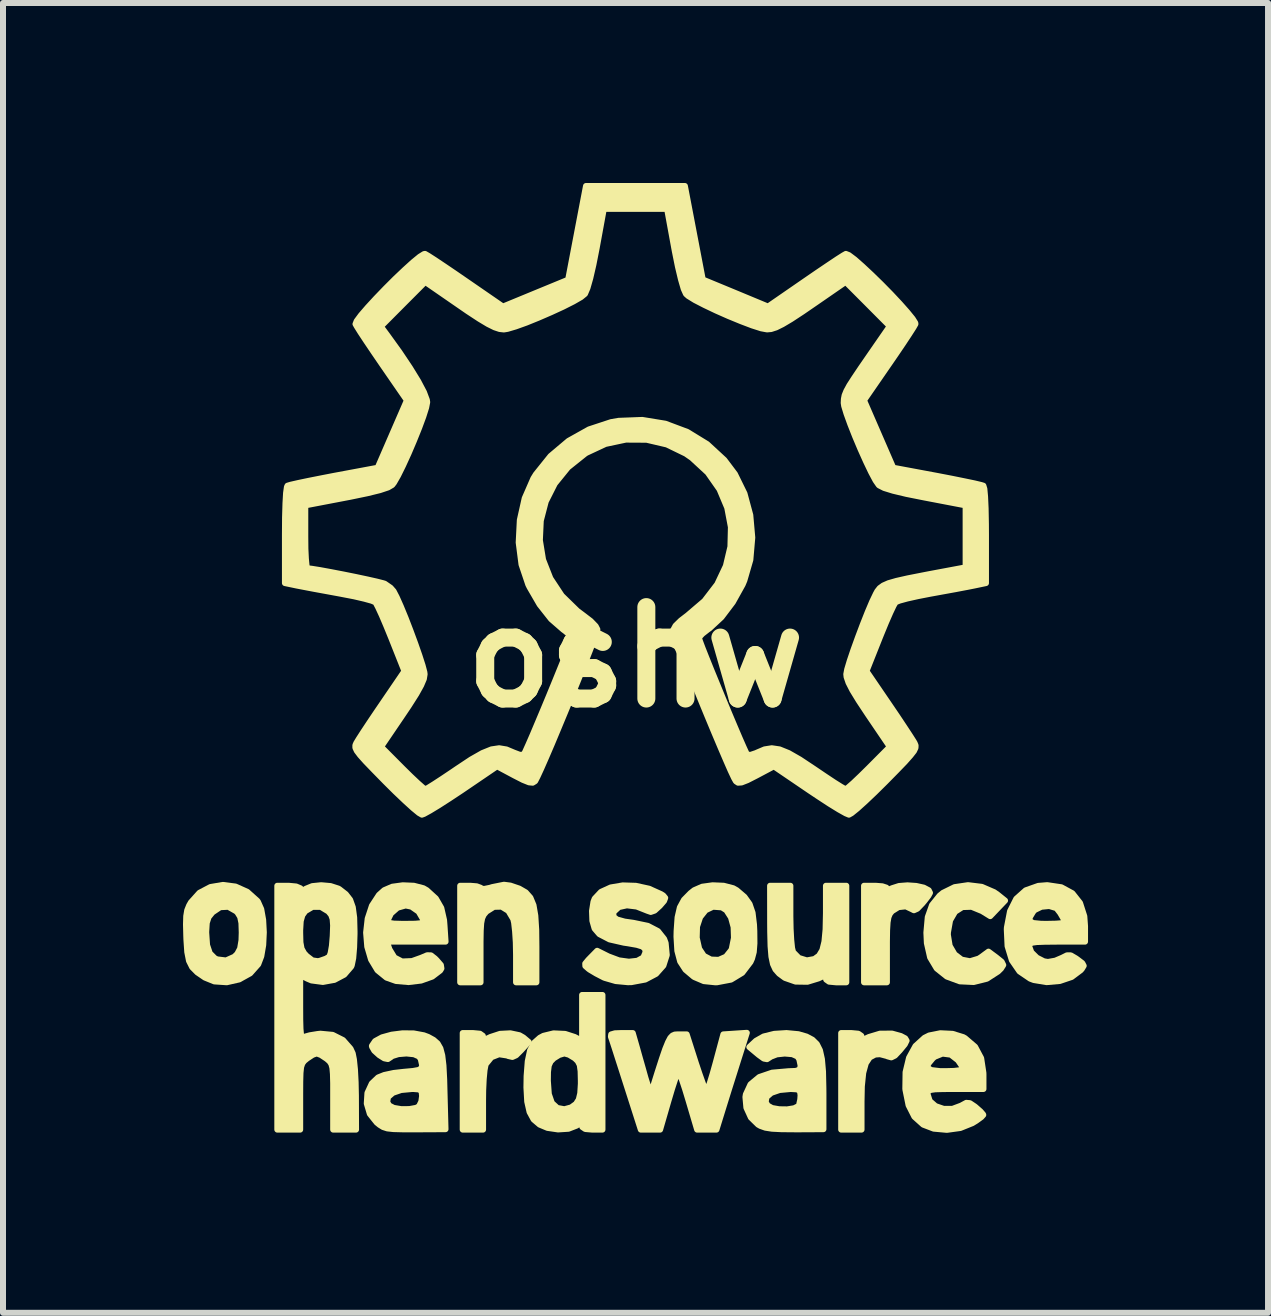
<source format=kicad_pcb>
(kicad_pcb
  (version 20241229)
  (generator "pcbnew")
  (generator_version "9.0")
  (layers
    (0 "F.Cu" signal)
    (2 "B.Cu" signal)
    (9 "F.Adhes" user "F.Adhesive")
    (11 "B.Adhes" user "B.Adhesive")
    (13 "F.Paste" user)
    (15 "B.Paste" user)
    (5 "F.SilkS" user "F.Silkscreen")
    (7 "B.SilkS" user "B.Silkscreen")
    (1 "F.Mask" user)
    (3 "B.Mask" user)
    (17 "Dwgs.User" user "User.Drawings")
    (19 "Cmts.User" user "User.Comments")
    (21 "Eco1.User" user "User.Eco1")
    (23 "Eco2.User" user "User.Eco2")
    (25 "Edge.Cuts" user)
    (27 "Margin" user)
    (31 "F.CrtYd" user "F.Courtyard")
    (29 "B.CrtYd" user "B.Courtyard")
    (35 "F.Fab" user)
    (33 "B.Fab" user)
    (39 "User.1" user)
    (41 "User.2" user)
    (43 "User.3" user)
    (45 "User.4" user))
  (footprint "oshw"
    (layer "F.Cu")
    (at 7.541 7.903)
    (property "Reference" "oshw" (at 0 0 0) (layer "F.SilkS") (effects (font (size 1.524 1.524) (thickness 0.3))))
    (attr through_hole)
    (fp_poly (pts (xy -1.78 6.413) (xy -1.905 6.551) (xy -1.989 6.635) (xy -2.051 6.663) (xy -2.12 6.647) (xy -2.137 6.639) (xy -2.274 6.618) (xy -2.401 6.668) (xy -2.491 6.779) (xy -2.499 6.797) (xy -2.515 6.882) (xy -2.529 7.03) (xy -2.538 7.219) (xy -2.54 7.39) (xy -2.54 7.874) (xy -2.709 7.874) (xy -2.879 7.874) (xy -2.879 7.07) (xy -2.879 6.265) (xy -2.709 6.265) (xy -2.592 6.276) (xy -2.544 6.31) (xy -2.54 6.33) (xy -2.532 6.369) (xy -2.491 6.366) (xy -2.415 6.33) (xy -2.256 6.278) (xy -2.085 6.269) (xy -1.934 6.301) (xy -1.868 6.339) (xy -1.78 6.413)) (stroke (width 0.1) (type solid)) (fill yes) (layer "F.SilkS"))
    (fp_poly (pts (xy 4.519 6.392) (xy 4.489 6.453) (xy 4.405 6.555) (xy 4.324 6.641) (xy 4.265 6.67) (xy 4.203 6.653) (xy 4.191 6.647) (xy 4.077 6.617) (xy 3.994 6.623) (xy 3.904 6.671) (xy 3.839 6.77) (xy 3.796 6.928) (xy 3.773 7.154) (xy 3.768 7.407) (xy 3.768 7.874) (xy 3.598 7.874) (xy 3.429 7.874) (xy 3.429 7.07) (xy 3.429 6.265) (xy 3.598 6.265) (xy 3.715 6.276) (xy 3.764 6.31) (xy 3.768 6.33) (xy 3.776 6.369) (xy 3.816 6.366) (xy 3.893 6.33) (xy 4.076 6.275) (xy 4.277 6.274) (xy 4.422 6.314) (xy 4.496 6.353) (xy 4.519 6.392)) (stroke (width 0.1) (type solid)) (fill yes) (layer "F.SilkS"))
    (fp_poly (pts (xy 4.909 3.928) (xy 4.883 3.976) (xy 4.818 4.061) (xy 4.782 4.104) (xy 4.697 4.193) (xy 4.641 4.218) (xy 4.606 4.2) (xy 4.506 4.153) (xy 4.383 4.166) (xy 4.276 4.233) (xy 4.241 4.276) (xy 4.217 4.333) (xy 4.202 4.419) (xy 4.194 4.55) (xy 4.191 4.741) (xy 4.191 4.868) (xy 4.191 5.419) (xy 4 5.419) (xy 3.81 5.419) (xy 3.81 4.614) (xy 3.81 3.81) (xy 4 3.81) (xy 4.114 3.819) (xy 4.182 3.841) (xy 4.191 3.854) (xy 4.221 3.874) (xy 4.28 3.85) (xy 4.393 3.814) (xy 4.534 3.803) (xy 4.679 3.813) (xy 4.805 3.841) (xy 4.888 3.885) (xy 4.909 3.928)) (stroke (width 0.1) (type solid)) (fill yes) (layer "F.SilkS"))
    (fp_poly (pts (xy 3.514 5.419) (xy 3.344 5.419) (xy 3.227 5.408) (xy 3.179 5.374) (xy 3.175 5.354) (xy 3.167 5.315) (xy 3.126 5.318) (xy 3.05 5.354) (xy 2.866 5.41) (xy 2.669 5.407) (xy 2.494 5.346) (xy 2.479 5.336) (xy 2.395 5.274) (xy 2.333 5.204) (xy 2.292 5.115) (xy 2.266 4.99) (xy 2.252 4.816) (xy 2.246 4.579) (xy 2.245 4.434) (xy 2.244 3.81) (xy 2.413 3.81) (xy 2.582 3.81) (xy 2.582 4.321) (xy 2.586 4.528) (xy 2.596 4.709) (xy 2.61 4.846) (xy 2.627 4.915) (xy 2.723 5.013) (xy 2.856 5.054) (xy 2.983 5.031) (xy 3.06 4.975) (xy 3.115 4.883) (xy 3.15 4.741) (xy 3.169 4.539) (xy 3.175 4.269) (xy 3.175 3.81) (xy 3.344 3.81) (xy 3.514 3.81) (xy 3.514 4.614) (xy 3.514 5.419)) (stroke (width 0.1) (type solid)) (fill yes) (layer "F.SilkS"))
    (fp_poly (pts (xy -1.651 5.419) (xy -1.82 5.419) (xy -1.99 5.419) (xy -1.99 4.959) (xy -1.994 4.755) (xy -2.006 4.57) (xy -2.022 4.427) (xy -2.036 4.366) (xy -2.118 4.228) (xy -2.231 4.158) (xy -2.359 4.161) (xy -2.484 4.24) (xy -2.49 4.247) (xy -2.529 4.294) (xy -2.555 4.351) (xy -2.571 4.433) (xy -2.579 4.557) (xy -2.582 4.739) (xy -2.582 4.882) (xy -2.582 5.419) (xy -2.752 5.419) (xy -2.921 5.419) (xy -2.921 4.614) (xy -2.921 3.81) (xy -2.755 3.81) (xy -2.646 3.819) (xy -2.581 3.843) (xy -2.575 3.851) (xy -2.529 3.865) (xy -2.425 3.844) (xy -2.386 3.832) (xy -2.191 3.793) (xy -2.085 3.807) (xy -1.938 3.857) (xy -1.829 3.92) (xy -1.751 4.008) (xy -1.699 4.134) (xy -1.669 4.308) (xy -1.654 4.544) (xy -1.651 4.825) (xy -1.651 5.419)) (stroke (width 0.1) (type solid)) (fill yes) (layer "F.SilkS"))
    (fp_poly (pts (xy 6.16 4.057) (xy 6.036 4.187) (xy 5.913 4.316) (xy 5.777 4.232) (xy 5.602 4.16) (xy 5.449 4.165) (xy 5.327 4.243) (xy 5.244 4.386) (xy 5.208 4.589) (xy 5.207 4.627) (xy 5.237 4.811) (xy 5.319 4.952) (xy 5.436 5.041) (xy 5.576 5.068) (xy 5.722 5.024) (xy 5.762 4.998) (xy 5.884 4.908) (xy 6.011 5.002) (xy 6.104 5.077) (xy 6.13 5.131) (xy 6.093 5.19) (xy 6.043 5.239) (xy 5.857 5.359) (xy 5.637 5.414) (xy 5.407 5.403) (xy 5.19 5.323) (xy 5.19 5.323) (xy 5.021 5.188) (xy 4.911 5.004) (xy 4.857 4.765) (xy 4.849 4.591) (xy 4.872 4.332) (xy 4.943 4.132) (xy 5.069 3.975) (xy 5.126 3.928) (xy 5.319 3.833) (xy 5.543 3.8) (xy 5.772 3.828) (xy 5.978 3.917) (xy 6.034 3.956) (xy 6.16 4.057)) (stroke (width 0.1) (type solid)) (fill yes) (layer "F.SilkS"))
    (fp_poly (pts (xy 1.983 4.769) (xy 1.972 4.914) (xy 1.943 5.023) (xy 1.918 5.079) (xy 1.78 5.26) (xy 1.642 5.344) (xy 1.642 4.679) (xy 1.636 4.498) (xy 1.592 4.337) (xy 1.516 4.218) (xy 1.44 4.17) (xy 1.292 4.159) (xy 1.169 4.218) (xy 1.078 4.333) (xy 1.026 4.49) (xy 1.021 4.677) (xy 1.062 4.86) (xy 1.14 4.978) (xy 1.257 5.04) (xy 1.388 5.045) (xy 1.509 4.992) (xy 1.596 4.883) (xy 1.606 4.859) (xy 1.642 4.679) (xy 1.642 5.344) (xy 1.592 5.374) (xy 1.361 5.418) (xy 1.333 5.419) (xy 1.14 5.399) (xy 0.985 5.333) (xy 0.969 5.323) (xy 0.834 5.209) (xy 0.745 5.072) (xy 0.698 4.894) (xy 0.684 4.658) (xy 0.686 4.564) (xy 0.702 4.337) (xy 0.74 4.171) (xy 0.809 4.044) (xy 0.919 3.932) (xy 0.98 3.884) (xy 1.112 3.826) (xy 1.287 3.802) (xy 1.471 3.81) (xy 1.629 3.851) (xy 1.687 3.884) (xy 1.817 3.995) (xy 1.902 4.114) (xy 1.952 4.26) (xy 1.976 4.459) (xy 1.981 4.564) (xy 1.983 4.769)) (stroke (width 0.1) (type solid)) (fill yes) (layer "F.SilkS"))
    (fp_poly (pts (xy -6.194 4.586) (xy -6.204 4.797) (xy -6.236 4.984) (xy -6.287 5.118) (xy -6.421 5.269) (xy -6.562 5.347) (xy -6.562 4.59) (xy -6.567 4.431) (xy -6.588 4.329) (xy -6.631 4.259) (xy -6.654 4.235) (xy -6.786 4.16) (xy -6.922 4.167) (xy -7.05 4.253) (xy -7.114 4.332) (xy -7.145 4.429) (xy -7.154 4.573) (xy -7.154 4.594) (xy -7.14 4.798) (xy -7.094 4.935) (xy -7.011 5.018) (xy -6.972 5.037) (xy -6.823 5.055) (xy -6.685 4.993) (xy -6.636 4.945) (xy -6.589 4.856) (xy -6.566 4.719) (xy -6.562 4.59) (xy -6.562 5.347) (xy -6.604 5.371) (xy -6.812 5.418) (xy -7.019 5.404) (xy -7.176 5.34) (xy -7.303 5.253) (xy -7.388 5.167) (xy -7.441 5.061) (xy -7.47 4.914) (xy -7.484 4.708) (xy -7.486 4.653) (xy -7.491 4.453) (xy -7.487 4.316) (xy -7.471 4.219) (xy -7.439 4.139) (xy -7.408 4.085) (xy -7.266 3.927) (xy -7.083 3.831) (xy -6.877 3.796) (xy -6.666 3.823) (xy -6.47 3.911) (xy -6.304 4.06) (xy -6.291 4.078) (xy -6.237 4.2) (xy -6.205 4.379) (xy -6.194 4.586)) (stroke (width 0.1) (type solid)) (fill yes) (layer "F.SilkS"))
    (fp_poly (pts (xy -3.165 4.741) (xy -3.539 4.741) (xy -3.539 4.379) (xy -3.543 4.363) (xy -3.614 4.241) (xy -3.733 4.158) (xy -3.831 4.138) (xy -3.966 4.176) (xy -4.075 4.272) (xy -4.119 4.363) (xy -4.123 4.405) (xy -4.098 4.43) (xy -4.025 4.441) (xy -3.89 4.445) (xy -3.831 4.445) (xy -3.672 4.443) (xy -3.582 4.435) (xy -3.543 4.415) (xy -3.539 4.379) (xy -3.539 4.741) (xy -3.655 4.741) (xy -4.144 4.741) (xy -4.1 4.869) (xy -4.017 5.006) (xy -3.89 5.072) (xy -3.723 5.065) (xy -3.57 5.01) (xy -3.471 4.968) (xy -3.408 4.97) (xy -3.342 5.021) (xy -3.313 5.05) (xy -3.243 5.131) (xy -3.234 5.188) (xy -3.254 5.222) (xy -3.388 5.324) (xy -3.573 5.39) (xy -3.783 5.415) (xy -3.99 5.397) (xy -4.149 5.341) (xy -4.3 5.218) (xy -4.407 5.04) (xy -4.47 4.825) (xy -4.489 4.591) (xy -4.463 4.358) (xy -4.392 4.142) (xy -4.275 3.963) (xy -4.187 3.884) (xy -4.053 3.826) (xy -3.877 3.802) (xy -3.693 3.81) (xy -3.535 3.851) (xy -3.478 3.884) (xy -3.327 4.022) (xy -3.236 4.18) (xy -3.19 4.382) (xy -3.183 4.467) (xy -3.165 4.741)) (stroke (width 0.1) (type solid)) (fill yes) (layer "F.SilkS"))
    (fp_poly (pts (xy -0.55 7.874) (xy -0.72 7.874) (xy -0.836 7.864) (xy -0.885 7.831) (xy -0.889 7.808) (xy -0.897 7.766) (xy -0.91 7.769) (xy -0.91 7.061) (xy -0.914 6.9) (xy -0.928 6.798) (xy -0.961 6.733) (xy -1.01 6.685) (xy -1.107 6.626) (xy -1.185 6.604) (xy -1.272 6.63) (xy -1.361 6.685) (xy -1.414 6.739) (xy -1.445 6.807) (xy -1.458 6.913) (xy -1.46 7.061) (xy -1.444 7.282) (xy -1.393 7.43) (xy -1.303 7.513) (xy -1.185 7.535) (xy -1.071 7.504) (xy -0.991 7.446) (xy -0.945 7.374) (xy -0.92 7.27) (xy -0.91 7.111) (xy -0.91 7.061) (xy -0.91 7.769) (xy -0.935 7.776) (xy -0.983 7.808) (xy -1.117 7.86) (xy -1.29 7.871) (xy -1.467 7.845) (xy -1.596 7.791) (xy -1.697 7.705) (xy -1.765 7.58) (xy -1.804 7.407) (xy -1.817 7.171) (xy -1.814 6.982) (xy -1.795 6.735) (xy -1.757 6.556) (xy -1.691 6.43) (xy -1.593 6.343) (xy -1.533 6.311) (xy -1.364 6.27) (xy -1.172 6.279) (xy -1.014 6.33) (xy -0.889 6.395) (xy -0.889 6.012) (xy -0.889 5.63) (xy -0.72 5.63) (xy -0.55 5.63) (xy -0.55 6.752) (xy -0.55 7.874)) (stroke (width 0.1) (type solid)) (fill yes) (layer "F.SilkS"))
    (fp_poly (pts (xy 0.522 4.965) (xy 0.466 5.14) (xy 0.343 5.278) (xy 0.163 5.373) (xy -0.068 5.416) (xy -0.127 5.417) (xy -0.329 5.398) (xy -0.509 5.346) (xy -0.529 5.338) (xy -0.656 5.272) (xy -0.763 5.208) (xy -0.783 5.193) (xy -0.835 5.147) (xy -0.837 5.107) (xy -0.786 5.045) (xy -0.753 5.011) (xy -0.638 4.894) (xy -0.452 4.987) (xy -0.276 5.053) (xy -0.109 5.076) (xy 0.033 5.06) (xy 0.131 5.006) (xy 0.169 4.916) (xy 0.169 4.912) (xy 0.159 4.86) (xy 0.116 4.823) (xy 0.026 4.795) (xy -0.128 4.768) (xy -0.191 4.759) (xy -0.432 4.704) (xy -0.601 4.616) (xy -0.681 4.523) (xy -0.718 4.393) (xy -0.724 4.23) (xy -0.7 4.078) (xy -0.679 4.024) (xy -0.574 3.912) (xy -0.412 3.838) (xy -0.212 3.804) (xy 0.007 3.811) (xy 0.226 3.859) (xy 0.426 3.949) (xy 0.465 3.974) (xy 0.496 4.012) (xy 0.477 4.063) (xy 0.406 4.145) (xy 0.319 4.224) (xy 0.255 4.246) (xy 0.2 4.227) (xy 0.021 4.156) (xy -0.144 4.136) (xy -0.276 4.165) (xy -0.36 4.242) (xy -0.367 4.258) (xy -0.369 4.323) (xy -0.31 4.371) (xy -0.181 4.407) (xy -0.034 4.428) (xy 0.206 4.478) (xy 0.375 4.566) (xy 0.478 4.696) (xy 0.503 4.764) (xy 0.522 4.965)) (stroke (width 0.1) (type solid)) (fill yes) (layer "F.SilkS"))
    (fp_poly (pts (xy 1.856 6.261) (xy 1.711 6.718) (xy 1.638 6.95) (xy 1.56 7.197) (xy 1.49 7.422) (xy 1.458 7.525) (xy 1.35 7.874) (xy 1.189 7.874) (xy 1.028 7.874) (xy 0.884 7.387) (xy 0.827 7.199) (xy 0.776 7.045) (xy 0.738 6.94) (xy 0.717 6.901) (xy 0.717 6.901) (xy 0.697 6.939) (xy 0.659 7.042) (xy 0.609 7.196) (xy 0.553 7.384) (xy 0.552 7.387) (xy 0.411 7.874) (xy 0.25 7.874) (xy 0.089 7.874) (xy -0.149 7.13) (xy -0.226 6.889) (xy -0.295 6.675) (xy -0.351 6.5) (xy -0.391 6.378) (xy -0.409 6.325) (xy -0.404 6.287) (xy -0.342 6.269) (xy -0.239 6.265) (xy -0.045 6.265) (xy 0.019 6.488) (xy 0.064 6.649) (xy 0.12 6.845) (xy 0.165 7.006) (xy 0.212 7.157) (xy 0.245 7.231) (xy 0.269 7.233) (xy 0.275 7.218) (xy 0.368 6.921) (xy 0.441 6.694) (xy 0.497 6.53) (xy 0.543 6.417) (xy 0.581 6.345) (xy 0.617 6.307) (xy 0.656 6.29) (xy 0.702 6.287) (xy 0.715 6.287) (xy 0.854 6.287) (xy 1.006 6.763) (xy 1.068 6.948) (xy 1.122 7.1) (xy 1.162 7.202) (xy 1.184 7.239) (xy 1.204 7.201) (xy 1.24 7.096) (xy 1.287 6.942) (xy 1.337 6.763) (xy 1.465 6.287) (xy 1.661 6.274) (xy 1.856 6.261)) (stroke (width 0.1) (type solid)) (fill yes) (layer "F.SilkS"))
    (fp_poly (pts (xy 7.493 4.741) (xy 7.154 4.741) (xy 7.154 4.421) (xy 7.131 4.353) (xy 7.079 4.263) (xy 7.024 4.192) (xy 7.01 4.181) (xy 6.897 4.147) (xy 6.765 4.16) (xy 6.654 4.214) (xy 6.628 4.243) (xy 6.571 4.338) (xy 6.569 4.398) (xy 6.629 4.431) (xy 6.76 4.444) (xy 6.858 4.445) (xy 7.004 4.442) (xy 7.11 4.434) (xy 7.154 4.422) (xy 7.154 4.421) (xy 7.154 4.741) (xy 7.027 4.741) (xy 6.823 4.743) (xy 6.688 4.748) (xy 6.61 4.759) (xy 6.572 4.78) (xy 6.562 4.811) (xy 6.562 4.819) (xy 6.598 4.918) (xy 6.69 5.009) (xy 6.807 5.069) (xy 6.875 5.08) (xy 6.999 5.058) (xy 7.111 5.01) (xy 7.193 4.969) (xy 7.256 4.97) (xy 7.338 5.018) (xy 7.364 5.036) (xy 7.448 5.1) (xy 7.471 5.144) (xy 7.441 5.194) (xy 7.421 5.217) (xy 7.27 5.33) (xy 7.072 5.397) (xy 6.853 5.416) (xy 6.64 5.381) (xy 6.579 5.358) (xy 6.401 5.237) (xy 6.274 5.053) (xy 6.202 4.816) (xy 6.189 4.535) (xy 6.191 4.505) (xy 6.243 4.234) (xy 6.347 4.027) (xy 6.505 3.886) (xy 6.714 3.812) (xy 6.863 3.8) (xy 7.098 3.835) (xy 7.282 3.935) (xy 7.41 4.097) (xy 7.481 4.318) (xy 7.493 4.483) (xy 7.493 4.741)) (stroke (width 0.1) (type solid)) (fill yes) (layer "F.SilkS"))
    (fp_poly (pts (xy 3.133 7.867) (xy 2.752 7.869) (xy 2.752 7.299) (xy 2.742 7.233) (xy 2.696 7.203) (xy 2.59 7.197) (xy 2.585 7.197) (xy 2.402 7.214) (xy 2.265 7.261) (xy 2.184 7.331) (xy 2.17 7.414) (xy 2.202 7.472) (xy 2.276 7.514) (xy 2.395 7.535) (xy 2.528 7.537) (xy 2.646 7.518) (xy 2.718 7.481) (xy 2.726 7.468) (xy 2.747 7.373) (xy 2.752 7.299) (xy 2.752 7.869) (xy 2.654 7.869) (xy 2.432 7.867) (xy 2.276 7.859) (xy 2.166 7.842) (xy 2.084 7.813) (xy 2.045 7.791) (xy 1.924 7.673) (xy 1.849 7.509) (xy 1.833 7.331) (xy 1.84 7.287) (xy 1.918 7.119) (xy 2.064 6.998) (xy 2.278 6.925) (xy 2.551 6.901) (xy 2.673 6.896) (xy 2.732 6.876) (xy 2.751 6.83) (xy 2.752 6.803) (xy 2.731 6.703) (xy 2.701 6.655) (xy 2.616 6.617) (xy 2.488 6.606) (xy 2.355 6.62) (xy 2.255 6.659) (xy 2.244 6.667) (xy 2.193 6.7) (xy 2.139 6.69) (xy 2.055 6.629) (xy 2.037 6.614) (xy 1.898 6.498) (xy 2.009 6.394) (xy 2.136 6.322) (xy 2.314 6.278) (xy 2.517 6.265) (xy 2.716 6.284) (xy 2.85 6.323) (xy 2.95 6.376) (xy 3.023 6.448) (xy 3.075 6.552) (xy 3.108 6.7) (xy 3.126 6.904) (xy 3.132 7.177) (xy 3.133 7.277) (xy 3.133 7.867)) (stroke (width 0.1) (type solid)) (fill yes) (layer "F.SilkS"))
    (fp_poly (pts (xy 5.8 7.197) (xy 5.461 7.197) (xy 5.461 6.864) (xy 5.437 6.808) (xy 5.379 6.723) (xy 5.373 6.716) (xy 5.256 6.625) (xy 5.117 6.607) (xy 4.984 6.661) (xy 4.953 6.689) (xy 4.876 6.782) (xy 4.868 6.845) (xy 4.932 6.882) (xy 5.073 6.899) (xy 5.165 6.9) (xy 5.311 6.896) (xy 5.417 6.883) (xy 5.461 6.865) (xy 5.461 6.864) (xy 5.461 7.197) (xy 5.334 7.197) (xy 5.13 7.198) (xy 4.996 7.202) (xy 4.918 7.213) (xy 4.88 7.234) (xy 4.869 7.265) (xy 4.868 7.281) (xy 4.905 7.398) (xy 5.001 7.482) (xy 5.135 7.528) (xy 5.285 7.528) (xy 5.43 7.474) (xy 5.44 7.468) (xy 5.514 7.428) (xy 5.573 7.433) (xy 5.654 7.487) (xy 5.669 7.499) (xy 5.751 7.571) (xy 5.795 7.622) (xy 5.797 7.629) (xy 5.765 7.665) (xy 5.681 7.726) (xy 5.616 7.766) (xy 5.415 7.847) (xy 5.19 7.878) (xy 4.971 7.858) (xy 4.796 7.791) (xy 4.649 7.659) (xy 4.552 7.468) (xy 4.5 7.211) (xy 4.498 7.191) (xy 4.502 6.917) (xy 4.56 6.676) (xy 4.667 6.481) (xy 4.818 6.344) (xy 4.896 6.305) (xy 5.082 6.268) (xy 5.285 6.278) (xy 5.463 6.333) (xy 5.493 6.35) (xy 5.661 6.494) (xy 5.762 6.684) (xy 5.799 6.927) (xy 5.8 6.953) (xy 5.8 7.197)) (stroke (width 0.1) (type solid)) (fill yes) (layer "F.SilkS"))
    (fp_poly (pts (xy -3.166 7.867) (xy -3.556 7.869) (xy -3.556 7.315) (xy -3.564 7.239) (xy -3.603 7.205) (xy -3.699 7.197) (xy -3.723 7.197) (xy -3.906 7.214) (xy -4.043 7.261) (xy -4.124 7.331) (xy -4.138 7.414) (xy -4.106 7.472) (xy -4.029 7.512) (xy -3.905 7.533) (xy -3.768 7.532) (xy -3.653 7.511) (xy -3.607 7.485) (xy -3.569 7.407) (xy -3.556 7.315) (xy -3.556 7.869) (xy -3.671 7.869) (xy -3.886 7.869) (xy -4.035 7.865) (xy -4.135 7.854) (xy -4.206 7.831) (xy -4.264 7.795) (xy -4.312 7.756) (xy -4.427 7.612) (xy -4.478 7.44) (xy -4.467 7.263) (xy -4.394 7.105) (xy -4.289 7.005) (xy -4.187 6.964) (xy -4.028 6.93) (xy -3.87 6.912) (xy -3.708 6.897) (xy -3.614 6.88) (xy -3.57 6.854) (xy -3.556 6.812) (xy -3.556 6.797) (xy -3.578 6.699) (xy -3.607 6.655) (xy -3.69 6.618) (xy -3.817 6.605) (xy -3.951 6.616) (xy -4.054 6.648) (xy -4.076 6.665) (xy -4.126 6.698) (xy -4.186 6.686) (xy -4.27 6.633) (xy -4.353 6.558) (xy -4.392 6.489) (xy -4.392 6.477) (xy -4.339 6.399) (xy -4.223 6.336) (xy -4.063 6.292) (xy -3.881 6.269) (xy -3.696 6.271) (xy -3.528 6.302) (xy -3.456 6.329) (xy -3.365 6.379) (xy -3.298 6.438) (xy -3.251 6.52) (xy -3.22 6.637) (xy -3.2 6.805) (xy -3.188 7.035) (xy -3.183 7.225) (xy -3.166 7.867)) (stroke (width 0.1) (type solid)) (fill yes) (layer "F.SilkS"))
    (fp_poly (pts (xy -4.657 7.874) (xy -4.847 7.874) (xy -5.038 7.874) (xy -5.038 7.327) (xy -5.038 7.103) (xy -5.042 6.947) (xy -5.051 6.845) (xy -5.069 6.78) (xy -5.098 6.736) (xy -5.141 6.698) (xy -5.149 6.692) (xy -5.241 6.631) (xy -5.31 6.604) (xy -5.313 6.604) (xy -5.38 6.628) (xy -5.471 6.688) (xy -5.476 6.692) (xy -5.522 6.73) (xy -5.553 6.772) (xy -5.573 6.833) (xy -5.583 6.929) (xy -5.587 7.076) (xy -5.588 7.289) (xy -5.588 7.327) (xy -5.588 7.874) (xy -5.779 7.874) (xy -5.969 7.874) (xy -5.969 5.842) (xy -5.969 3.81) (xy -5.782 3.81) (xy -5.655 3.822) (xy -5.584 3.852) (xy -5.577 3.863) (xy -5.549 3.893) (xy -5.491 3.859) (xy -5.386 3.816) (xy -5.238 3.801) (xy -5.082 3.815) (xy -4.952 3.857) (xy -4.935 3.867) (xy -4.828 3.95) (xy -4.755 4.044) (xy -4.711 4.168) (xy -4.688 4.339) (xy -4.682 4.573) (xy -4.682 4.611) (xy -4.689 4.837) (xy -4.704 5.017) (xy -4.728 5.134) (xy -4.737 5.156) (xy -4.853 5.291) (xy -5.019 5.379) (xy -5.039 5.382) (xy -5.039 4.471) (xy -5.047 4.364) (xy -5.072 4.294) (xy -5.118 4.238) (xy -5.245 4.162) (xy -5.383 4.162) (xy -5.503 4.233) (xy -5.552 4.302) (xy -5.579 4.399) (xy -5.588 4.549) (xy -5.588 4.595) (xy -5.584 4.754) (xy -5.565 4.857) (xy -5.524 4.932) (xy -5.48 4.98) (xy -5.384 5.054) (xy -5.292 5.067) (xy -5.258 5.06) (xy -5.158 5.025) (xy -5.102 4.991) (xy -5.08 4.931) (xy -5.059 4.811) (xy -5.046 4.656) (xy -5.045 4.639) (xy -5.039 4.471) (xy -5.039 5.382) (xy -5.21 5.413) (xy -5.399 5.388) (xy -5.472 5.357) (xy -5.588 5.297) (xy -5.588 5.828) (xy -5.587 6.048) (xy -5.583 6.195) (xy -5.575 6.284) (xy -5.559 6.325) (xy -5.535 6.333) (xy -5.514 6.326) (xy -5.427 6.302) (xy -5.298 6.281) (xy -5.249 6.276) (xy -5.047 6.295) (xy -4.874 6.382) (xy -4.748 6.526) (xy -4.712 6.605) (xy -4.692 6.707) (xy -4.675 6.873) (xy -4.664 7.083) (xy -4.659 7.313) (xy -4.657 7.874)) (stroke (width 0.1) (type solid)) (fill yes) (layer "F.SilkS"))
    (fp_poly (pts (xy 5.842 -1.235) (xy 5.641 -1.193) (xy 5.52 -1.169) (xy 5.503 -1.166) (xy 5.503 -1.497) (xy 5.503 -2.013) (xy 5.503 -2.53) (xy 4.818 -2.661) (xy 4.517 -2.721) (xy 4.295 -2.774) (xy 4.146 -2.82) (xy 4.063 -2.862) (xy 4.054 -2.87) (xy 4.002 -2.945) (xy 3.929 -3.082) (xy 3.843 -3.262) (xy 3.751 -3.467) (xy 3.661 -3.68) (xy 3.581 -3.883) (xy 3.518 -4.057) (xy 3.479 -4.186) (xy 3.471 -4.237) (xy 3.474 -4.302) (xy 3.486 -4.364) (xy 3.515 -4.436) (xy 3.566 -4.53) (xy 3.648 -4.657) (xy 3.765 -4.831) (xy 3.905 -5.034) (xy 4.239 -5.517) (xy 3.872 -5.886) (xy 3.504 -6.255) (xy 3.029 -5.927) (xy 2.783 -5.758) (xy 2.594 -5.634) (xy 2.451 -5.549) (xy 2.344 -5.496) (xy 2.26 -5.469) (xy 2.193 -5.463) (xy 2.096 -5.481) (xy 1.946 -5.529) (xy 1.759 -5.6) (xy 1.552 -5.685) (xy 1.344 -5.777) (xy 1.151 -5.869) (xy 0.99 -5.952) (xy 0.88 -6.02) (xy 0.842 -6.054) (xy 0.804 -6.139) (xy 0.759 -6.295) (xy 0.708 -6.509) (xy 0.656 -6.768) (xy 0.647 -6.816) (xy 0.527 -7.472) (xy 0 -7.472) (xy -0.527 -7.472) (xy -0.647 -6.816) (xy -0.701 -6.542) (xy -0.753 -6.317) (xy -0.8 -6.152) (xy -0.84 -6.058) (xy -0.843 -6.054) (xy -0.908 -6.001) (xy -1.035 -5.928) (xy -1.207 -5.841) (xy -1.407 -5.749) (xy -1.617 -5.658) (xy -1.819 -5.576) (xy -1.997 -5.512) (xy -2.132 -5.472) (xy -2.193 -5.462) (xy -2.264 -5.47) (xy -2.348 -5.498) (xy -2.457 -5.552) (xy -2.602 -5.639) (xy -2.794 -5.765) (xy -3.029 -5.927) (xy -3.504 -6.255) (xy -3.874 -5.884) (xy -4.244 -5.512) (xy -4.139 -5.37) (xy -3.933 -5.084) (xy -3.759 -4.824) (xy -3.621 -4.599) (xy -3.525 -4.417) (xy -3.477 -4.288) (xy -3.471 -4.25) (xy -3.489 -4.158) (xy -3.536 -4.009) (xy -3.606 -3.82) (xy -3.691 -3.609) (xy -3.782 -3.395) (xy -3.874 -3.194) (xy -3.957 -3.026) (xy -4.024 -2.909) (xy -4.054 -2.87) (xy -4.124 -2.829) (xy -4.259 -2.784) (xy -4.466 -2.733) (xy -4.75 -2.674) (xy -4.818 -2.661) (xy -5.503 -2.53) (xy -5.503 -2.006) (xy -5.501 -1.806) (xy -5.493 -1.642) (xy -5.482 -1.528) (xy -5.469 -1.482) (xy -5.468 -1.482) (xy -5.394 -1.473) (xy -5.257 -1.451) (xy -5.077 -1.418) (xy -4.874 -1.379) (xy -4.666 -1.337) (xy -4.473 -1.296) (xy -4.313 -1.26) (xy -4.207 -1.233) (xy -4.178 -1.224) (xy -4.081 -1.157) (xy -4.031 -1.1) (xy -3.979 -1) (xy -3.91 -0.845) (xy -3.831 -0.653) (xy -3.749 -0.44) (xy -3.67 -0.226) (xy -3.601 -0.028) (xy -3.548 0.137) (xy -3.518 0.251) (xy -3.514 0.284) (xy -3.527 0.363) (xy -3.572 0.469) (xy -3.653 0.615) (xy -3.777 0.81) (xy -3.877 0.959) (xy -4.24 1.494) (xy -3.888 1.848) (xy -3.748 1.986) (xy -3.628 2.099) (xy -3.542 2.175) (xy -3.503 2.201) (xy -3.458 2.179) (xy -3.357 2.116) (xy -3.213 2.022) (xy -3.04 1.906) (xy -2.977 1.863) (xy -2.739 1.705) (xy -2.551 1.598) (xy -2.4 1.537) (xy -2.272 1.518) (xy -2.151 1.538) (xy -2.025 1.591) (xy -1.93 1.627) (xy -1.866 1.626) (xy -1.862 1.623) (xy -1.837 1.575) (xy -1.786 1.462) (xy -1.714 1.297) (xy -1.628 1.093) (xy -1.532 0.865) (xy -1.432 0.624) (xy -1.334 0.385) (xy -1.243 0.161) (xy -1.164 -0.035) (xy -1.104 -0.189) (xy -1.067 -0.289) (xy -1.059 -0.32) (xy -1.091 -0.367) (xy -1.171 -0.435) (xy -1.205 -0.46) (xy -1.406 -0.635) (xy -1.597 -0.877) (xy -1.764 -1.165) (xy -1.786 -1.209) (xy -1.899 -1.545) (xy -1.946 -1.911) (xy -1.927 -2.285) (xy -1.846 -2.648) (xy -1.702 -2.978) (xy -1.659 -3.048) (xy -1.415 -3.352) (xy -1.115 -3.605) (xy -0.774 -3.796) (xy -0.407 -3.917) (xy -0.28 -3.939) (xy 0.114 -3.954) (xy 0.499 -3.891) (xy 0.864 -3.754) (xy 1.195 -3.551) (xy 1.481 -3.287) (xy 1.658 -3.052) (xy 1.817 -2.728) (xy 1.914 -2.368) (xy 1.947 -1.993) (xy 1.915 -1.623) (xy 1.815 -1.278) (xy 1.786 -1.209) (xy 1.623 -0.916) (xy 1.434 -0.666) (xy 1.234 -0.48) (xy 1.205 -0.46) (xy 1.114 -0.389) (xy 1.063 -0.333) (xy 1.059 -0.32) (xy 1.074 -0.27) (xy 1.117 -0.155) (xy 1.183 0.012) (xy 1.265 0.216) (xy 1.359 0.445) (xy 1.458 0.686) (xy 1.557 0.925) (xy 1.651 1.148) (xy 1.734 1.343) (xy 1.801 1.496) (xy 1.846 1.594) (xy 1.862 1.623) (xy 1.918 1.629) (xy 2.011 1.598) (xy 2.025 1.591) (xy 2.152 1.537) (xy 2.272 1.518) (xy 2.401 1.537) (xy 2.552 1.598) (xy 2.739 1.705) (xy 2.977 1.863) (xy 3.156 1.984) (xy 3.311 2.087) (xy 3.429 2.161) (xy 3.495 2.199) (xy 3.503 2.201) (xy 3.544 2.173) (xy 3.632 2.096) (xy 3.752 1.982) (xy 3.888 1.848) (xy 4.24 1.494) (xy 3.877 0.959) (xy 3.724 0.728) (xy 3.617 0.553) (xy 3.551 0.424) (xy 3.519 0.33) (xy 3.514 0.284) (xy 3.529 0.204) (xy 3.571 0.063) (xy 3.633 -0.121) (xy 3.708 -0.329) (xy 3.789 -0.544) (xy 3.87 -0.749) (xy 3.945 -0.926) (xy 4.007 -1.056) (xy 4.031 -1.1) (xy 4.071 -1.151) (xy 4.13 -1.194) (xy 4.218 -1.233) (xy 4.35 -1.271) (xy 4.536 -1.313) (xy 4.79 -1.363) (xy 4.888 -1.382) (xy 5.503 -1.497) (xy 5.503 -1.166) (xy 5.34 -1.135) (xy 5.125 -1.096) (xy 4.911 -1.057) (xy 4.706 -1.017) (xy 4.531 -0.978) (xy 4.402 -0.943) (xy 4.337 -0.917) (xy 4.335 -0.915) (xy 4.303 -0.86) (xy 4.247 -0.742) (xy 4.175 -0.577) (xy 4.094 -0.38) (xy 4.069 -0.318) (xy 3.85 0.233) (xy 4.225 0.783) (xy 4.359 0.98) (xy 4.478 1.159) (xy 4.574 1.305) (xy 4.637 1.404) (xy 4.653 1.432) (xy 4.669 1.471) (xy 4.667 1.512) (xy 4.642 1.565) (xy 4.584 1.639) (xy 4.489 1.746) (xy 4.347 1.893) (xy 4.165 2.078) (xy 3.988 2.253) (xy 3.828 2.405) (xy 3.696 2.524) (xy 3.602 2.6) (xy 3.558 2.625) (xy 3.503 2.602) (xy 3.391 2.539) (xy 3.235 2.443) (xy 3.05 2.322) (xy 2.9 2.222) (xy 2.307 1.819) (xy 2.017 1.973) (xy 1.866 2.05) (xy 1.769 2.088) (xy 1.71 2.092) (xy 1.675 2.069) (xy 1.644 2.014) (xy 1.587 1.893) (xy 1.51 1.717) (xy 1.416 1.498) (xy 1.31 1.247) (xy 1.198 0.978) (xy 1.084 0.701) (xy 0.973 0.428) (xy 0.87 0.172) (xy 0.78 -0.057) (xy 0.708 -0.246) (xy 0.658 -0.383) (xy 0.636 -0.456) (xy 0.635 -0.463) (xy 0.668 -0.524) (xy 0.757 -0.611) (xy 0.869 -0.697) (xy 1.15 -0.937) (xy 1.363 -1.215) (xy 1.507 -1.52) (xy 1.583 -1.841) (xy 1.591 -2.168) (xy 1.53 -2.49) (xy 1.401 -2.797) (xy 1.205 -3.077) (xy 0.941 -3.321) (xy 0.839 -3.392) (xy 0.524 -3.545) (xy 0.186 -3.624) (xy -0.161 -3.626) (xy -0.5 -3.554) (xy -0.817 -3.406) (xy -0.839 -3.392) (xy -1.125 -3.163) (xy -1.344 -2.893) (xy -1.495 -2.594) (xy -1.578 -2.275) (xy -1.593 -1.949) (xy -1.54 -1.624) (xy -1.418 -1.313) (xy -1.228 -1.025) (xy -0.969 -0.772) (xy -0.869 -0.697) (xy -0.746 -0.603) (xy -0.663 -0.517) (xy -0.635 -0.463) (xy -0.651 -0.405) (xy -0.695 -0.28) (xy -0.763 -0.102) (xy -0.85 0.119) (xy -0.95 0.371) (xy -1.059 0.641) (xy -1.173 0.918) (xy -1.286 1.19) (xy -1.393 1.446) (xy -1.49 1.672) (xy -1.572 1.859) (xy -1.634 1.993) (xy -1.67 2.063) (xy -1.675 2.069) (xy -1.713 2.092) (xy -1.774 2.086) (xy -1.874 2.046) (xy -2.017 1.973) (xy -2.307 1.818) (xy -2.901 2.222) (xy -3.102 2.355) (xy -3.281 2.47) (xy -3.426 2.558) (xy -3.524 2.612) (xy -3.559 2.625) (xy -3.609 2.596) (xy -3.706 2.516) (xy -3.84 2.394) (xy -4.002 2.24) (xy -4.165 2.078) (xy -4.356 1.883) (xy -4.495 1.739) (xy -4.589 1.634) (xy -4.644 1.561) (xy -4.668 1.509) (xy -4.668 1.468) (xy -4.653 1.432) (xy -4.612 1.364) (xy -4.532 1.24) (xy -4.424 1.077) (xy -4.296 0.887) (xy -4.225 0.783) (xy -3.85 0.233) (xy -4.069 -0.318) (xy -4.152 -0.521) (xy -4.227 -0.697) (xy -4.289 -0.831) (xy -4.328 -0.906) (xy -4.335 -0.915) (xy -4.393 -0.94) (xy -4.516 -0.974) (xy -4.688 -1.014) (xy -4.891 -1.053) (xy -4.911 -1.057) (xy -5.134 -1.098) (xy -5.347 -1.137) (xy -5.526 -1.171) (xy -5.641 -1.193) (xy -5.842 -1.235) (xy -5.842 -2.033) (xy -5.84 -2.328) (xy -5.833 -2.565) (xy -5.823 -2.737) (xy -5.809 -2.836) (xy -5.799 -2.858) (xy -5.745 -2.874) (xy -5.622 -2.902) (xy -5.445 -2.939) (xy -5.228 -2.982) (xy -5.027 -3.021) (xy -4.297 -3.157) (xy -4.053 -3.719) (xy -3.809 -4.281) (xy -4.225 -4.884) (xy -4.363 -5.086) (xy -4.485 -5.267) (xy -4.582 -5.414) (xy -4.645 -5.515) (xy -4.666 -5.552) (xy -4.646 -5.603) (xy -4.575 -5.699) (xy -4.463 -5.829) (xy -4.323 -5.981) (xy -4.166 -6.144) (xy -4.004 -6.306) (xy -3.846 -6.456) (xy -3.706 -6.583) (xy -3.595 -6.674) (xy -3.523 -6.719) (xy -3.507 -6.721) (xy -3.455 -6.691) (xy -3.346 -6.621) (xy -3.192 -6.518) (xy -3.006 -6.392) (xy -2.83 -6.271) (xy -2.209 -5.843) (xy -1.666 -6.067) (xy -1.122 -6.291) (xy -0.973 -7.072) (xy -0.824 -7.853) (xy 0 -7.853) (xy 0.824 -7.853) (xy 0.973 -7.073) (xy 1.122 -6.294) (xy 1.666 -6.069) (xy 2.21 -5.843) (xy 2.83 -6.271) (xy 3.034 -6.411) (xy 3.216 -6.534) (xy 3.364 -6.633) (xy 3.466 -6.698) (xy 3.507 -6.721) (xy 3.557 -6.701) (xy 3.653 -6.629) (xy 3.781 -6.516) (xy 3.932 -6.375) (xy 4.094 -6.217) (xy 4.255 -6.053) (xy 4.404 -5.894) (xy 4.529 -5.753) (xy 4.62 -5.641) (xy 4.665 -5.569) (xy 4.666 -5.552) (xy 4.635 -5.497) (xy 4.564 -5.386) (xy 4.461 -5.23) (xy 4.335 -5.044) (xy 4.225 -4.884) (xy 3.809 -4.281) (xy 4.053 -3.719) (xy 4.297 -3.157) (xy 5.027 -3.021) (xy 5.266 -2.975) (xy 5.478 -2.932) (xy 5.647 -2.897) (xy 5.76 -2.87) (xy 5.799 -2.858) (xy 5.815 -2.806) (xy 5.827 -2.677) (xy 5.836 -2.479) (xy 5.841 -2.218) (xy 5.842 -2.033) (xy 5.842 -1.235)) (stroke (width 0.1) (type solid)) (fill yes) (layer "F.SilkS")))
  (gr_rect
    (start -3 -3)
    (end 18.084 18.83)
    (stroke (width 0.1) (type default))
    (fill no)
    (layer "Edge.Cuts")))
</source>
